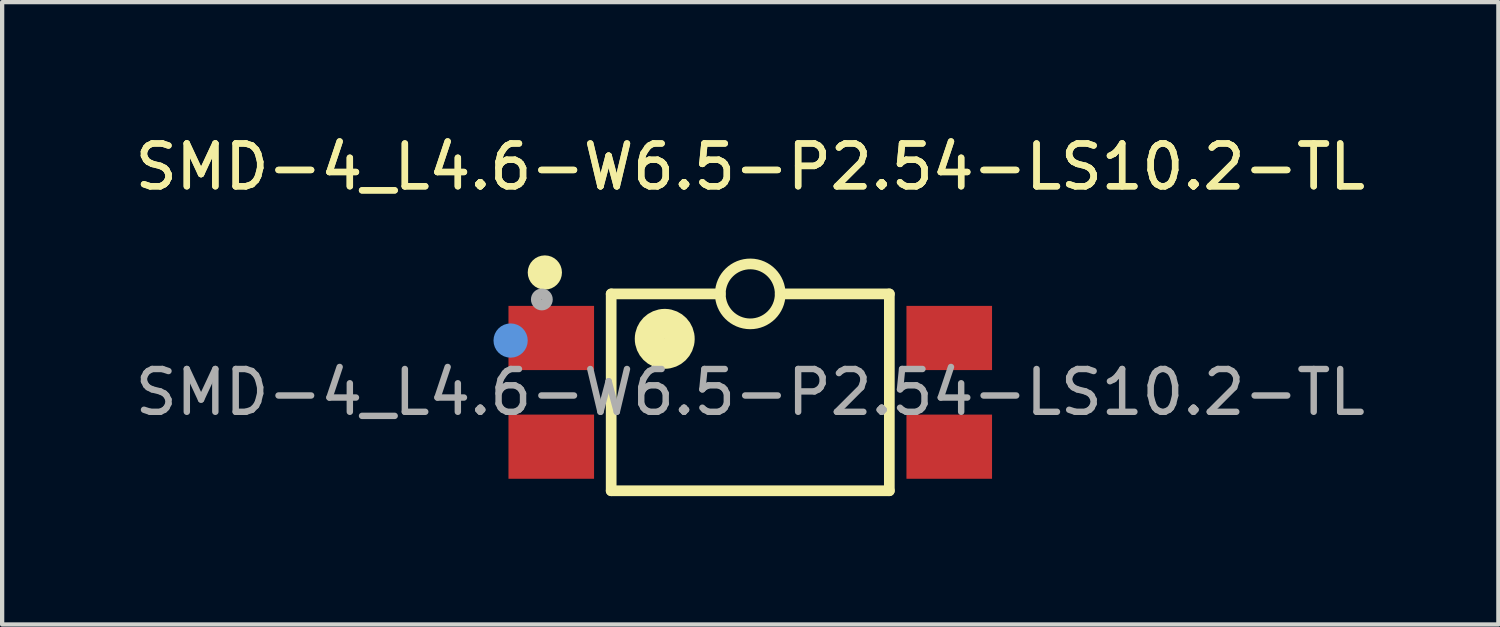
<source format=kicad_pcb>
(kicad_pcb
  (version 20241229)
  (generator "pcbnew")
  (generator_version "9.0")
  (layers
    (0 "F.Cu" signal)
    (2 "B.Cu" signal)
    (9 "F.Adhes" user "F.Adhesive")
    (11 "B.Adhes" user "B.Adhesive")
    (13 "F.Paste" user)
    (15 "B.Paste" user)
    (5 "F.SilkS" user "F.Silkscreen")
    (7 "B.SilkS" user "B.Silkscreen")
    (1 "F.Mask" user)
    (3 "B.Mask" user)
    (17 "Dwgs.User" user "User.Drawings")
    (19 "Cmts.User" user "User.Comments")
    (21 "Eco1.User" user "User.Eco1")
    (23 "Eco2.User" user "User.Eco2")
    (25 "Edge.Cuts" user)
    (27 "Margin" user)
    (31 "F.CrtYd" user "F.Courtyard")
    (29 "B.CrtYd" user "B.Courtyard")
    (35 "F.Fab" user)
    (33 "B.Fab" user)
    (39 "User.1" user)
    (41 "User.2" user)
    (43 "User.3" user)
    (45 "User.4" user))
  (footprint "SMD-4_L4.6-W6.5-P2.54-LS10.2-TL"
    (layer "F.Cu")
    (at 14.482 6.118)
    (property "Reference" "SMD-4_L4.6-W6.5-P2.54-LS10.2-TL" (at 0 -5.27 0) (layer "F.SilkS") (effects (font (size 1 1) (thickness 0.15))))
    (attr smd)
    (fp_line (start -3.25 -2.3) (end -0.7 -2.3) (stroke (width 0.25) (type solid)) (layer "F.SilkS"))
    (fp_line (start -3.25 2.3) (end -3.25 -2.3) (stroke (width 0.25) (type solid)) (layer "F.SilkS"))
    (fp_line (start 3.25 -2.3) (end 0.7 -2.3) (stroke (width 0.25) (type solid)) (layer "F.SilkS"))
    (fp_line (start 3.25 -2.3) (end 3.25 2.3) (stroke (width 0.25) (type solid)) (layer "F.SilkS"))
    (fp_line (start 3.25 2.3) (end -3.25 2.3) (stroke (width 0.25) (type solid)) (layer "F.SilkS"))
    (fp_arc (start -4.8 -2.8) (mid -4.8 -2.8) (end -4.8 -2.8) (stroke (width 0.4) (type solid)) (layer "F.SilkS"))
    (fp_arc (start -1.99 -1.6) (mid -2.00499 -0.899893) (end -2.000021 -1.600143) (stroke (width 0.7) (type solid)) (layer "F.SilkS"))
    (fp_arc (start -0.699893 -2.312217) (mid 0.699973 -2.293847) (end -0.7 -2.3) (stroke (width 0.25) (type solid)) (layer "F.SilkS"))
    (fp_circle (center -5.6 -1.21) (end -5.4 -1.21) (stroke (width 0.4) (type solid)) (fill no) (layer "Cmts.User"))
    (fp_circle (center -4.87 -2.17) (end -4.74 -2.17) (stroke (width 0.25) (type solid)) (fill no) (layer "F.Fab"))
    (fp_text user "${REFERENCE}" (at 0 -5.27 0) (layer "F.SilkS") (effects (font (size 1 1) (thickness 0.15))))
    (fp_text user "${REFERENCE}" (at 0 0 0) (layer "F.Fab") (effects (font (size 1 1) (thickness 0.15))))
    (pad "1" smd rect (at -4.65 -1.27 90) (size 1.5 2) (layers "F.Cu" "F.Mask" "F.Paste"))
    (pad "2" smd rect (at -4.65 1.27 90) (size 1.5 2) (layers "F.Cu" "F.Mask" "F.Paste"))
    (pad "3" smd rect (at 4.65 1.27 90) (size 1.5 2) (layers "F.Cu" "F.Mask" "F.Paste"))
    (pad "4" smd rect (at 4.65 -1.27 90) (size 1.5 2) (layers "F.Cu" "F.Mask" "F.Paste")))
  (gr_rect
    (start -3 -3)
    (end 31.964 11.543)
    (stroke (width 0.1) (type default))
    (fill no)
    (layer "Edge.Cuts")))
</source>
